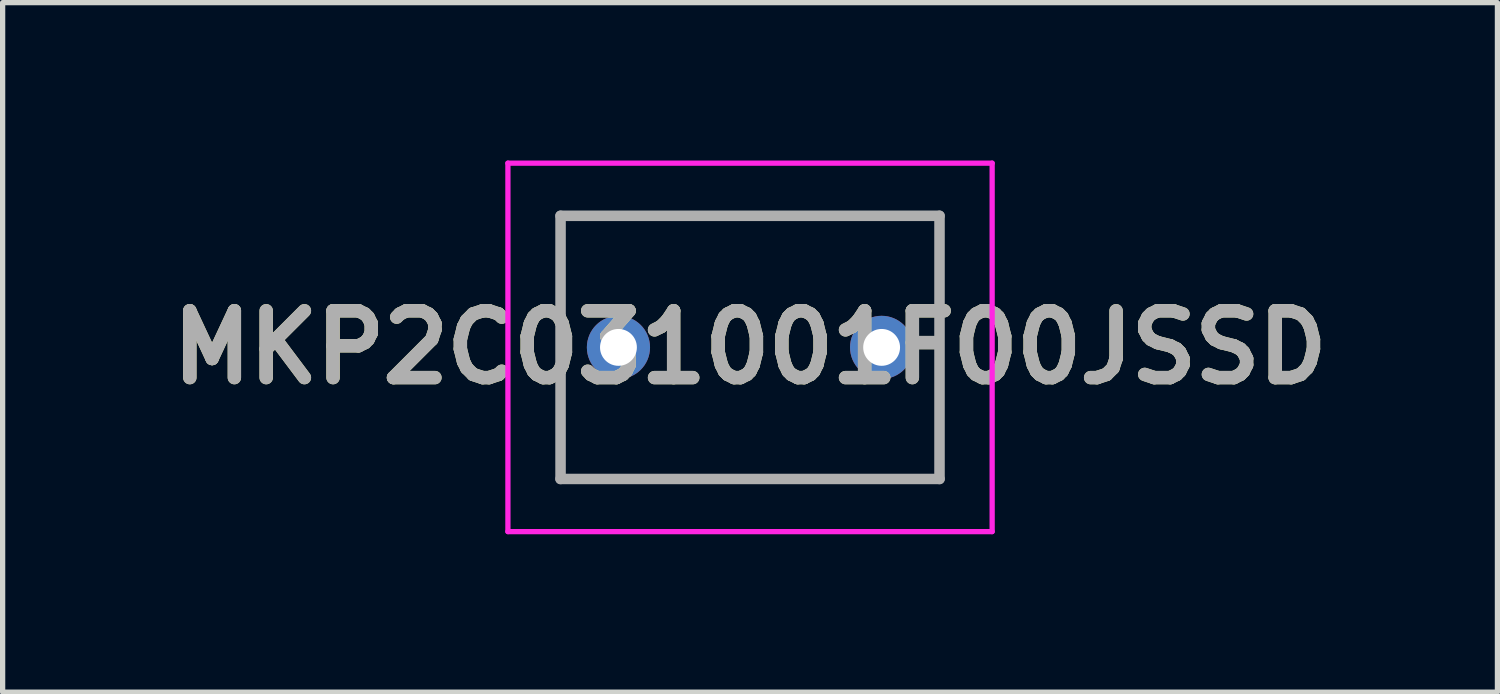
<source format=kicad_pcb>
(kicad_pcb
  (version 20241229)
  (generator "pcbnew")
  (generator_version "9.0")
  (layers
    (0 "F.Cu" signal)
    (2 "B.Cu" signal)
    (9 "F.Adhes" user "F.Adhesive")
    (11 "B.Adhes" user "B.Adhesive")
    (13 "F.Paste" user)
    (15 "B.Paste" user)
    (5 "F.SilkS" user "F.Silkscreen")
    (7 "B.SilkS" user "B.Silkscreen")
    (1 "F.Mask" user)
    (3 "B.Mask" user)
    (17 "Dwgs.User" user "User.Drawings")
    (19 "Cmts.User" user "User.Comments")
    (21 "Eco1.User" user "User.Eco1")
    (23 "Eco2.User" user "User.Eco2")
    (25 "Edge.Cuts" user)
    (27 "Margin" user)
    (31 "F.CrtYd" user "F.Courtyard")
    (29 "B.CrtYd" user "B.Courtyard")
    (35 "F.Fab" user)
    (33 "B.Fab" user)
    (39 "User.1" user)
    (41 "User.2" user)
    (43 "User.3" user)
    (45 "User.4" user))
  (footprint "MKP2C031001F00JSSD"
    (layer "F.Cu")
    (at 8.7 3.55)
    (property "Reference" "MKP2C031001F00JSSD" (at 2.5 0 0) (layer "F.SilkS") (effects (font (size 1.27 1.27) (thickness 0.254))))
    (attr through_hole)
    (fp_line (start -1.1 -2.5) (end 6.1 -2.5) (stroke (width 0.1) (type solid)) (layer "F.SilkS"))
    (fp_line (start -1.1 2.5) (end -1.1 -2.5) (stroke (width 0.1) (type solid)) (layer "F.SilkS"))
    (fp_line (start 6.1 -2.5) (end 6.1 2.5) (stroke (width 0.1) (type solid)) (layer "F.SilkS"))
    (fp_line (start 6.1 2.5) (end -1.1 2.5) (stroke (width 0.1) (type solid)) (layer "F.SilkS"))
    (fp_line (start -2.1 -3.5) (end 7.1 -3.5) (stroke (width 0.1) (type solid)) (layer "F.CrtYd"))
    (fp_line (start -2.1 3.5) (end -2.1 -3.5) (stroke (width 0.1) (type solid)) (layer "F.CrtYd"))
    (fp_line (start 7.1 -3.5) (end 7.1 3.5) (stroke (width 0.1) (type solid)) (layer "F.CrtYd"))
    (fp_line (start 7.1 3.5) (end -2.1 3.5) (stroke (width 0.1) (type solid)) (layer "F.CrtYd"))
    (fp_line (start -1.1 -2.5) (end 6.1 -2.5) (stroke (width 0.2) (type solid)) (layer "F.Fab"))
    (fp_line (start -1.1 2.5) (end -1.1 -2.5) (stroke (width 0.2) (type solid)) (layer "F.Fab"))
    (fp_line (start 6.1 -2.5) (end 6.1 2.5) (stroke (width 0.2) (type solid)) (layer "F.Fab"))
    (fp_line (start 6.1 2.5) (end -1.1 2.5) (stroke (width 0.2) (type solid)) (layer "F.Fab"))
    (fp_text user "${REFERENCE}" (at 2.5 0 0) (layer "F.Fab") (effects (font (size 1.27 1.27) (thickness 0.254))))
    (pad "1" thru_hole circle (at 0 0) (size 1.2 1.2) (drill 0.7) (layers "*.Cu" "*.Mask"))
    (pad "2" thru_hole circle (at 5 0) (size 1.2 1.2) (drill 0.7) (layers "*.Cu" "*.Mask")))
  (gr_rect
    (start -3 -3)
    (end 25.4 10.1)
    (stroke (width 0.1) (type default))
    (fill no)
    (layer "Edge.Cuts")))
</source>
